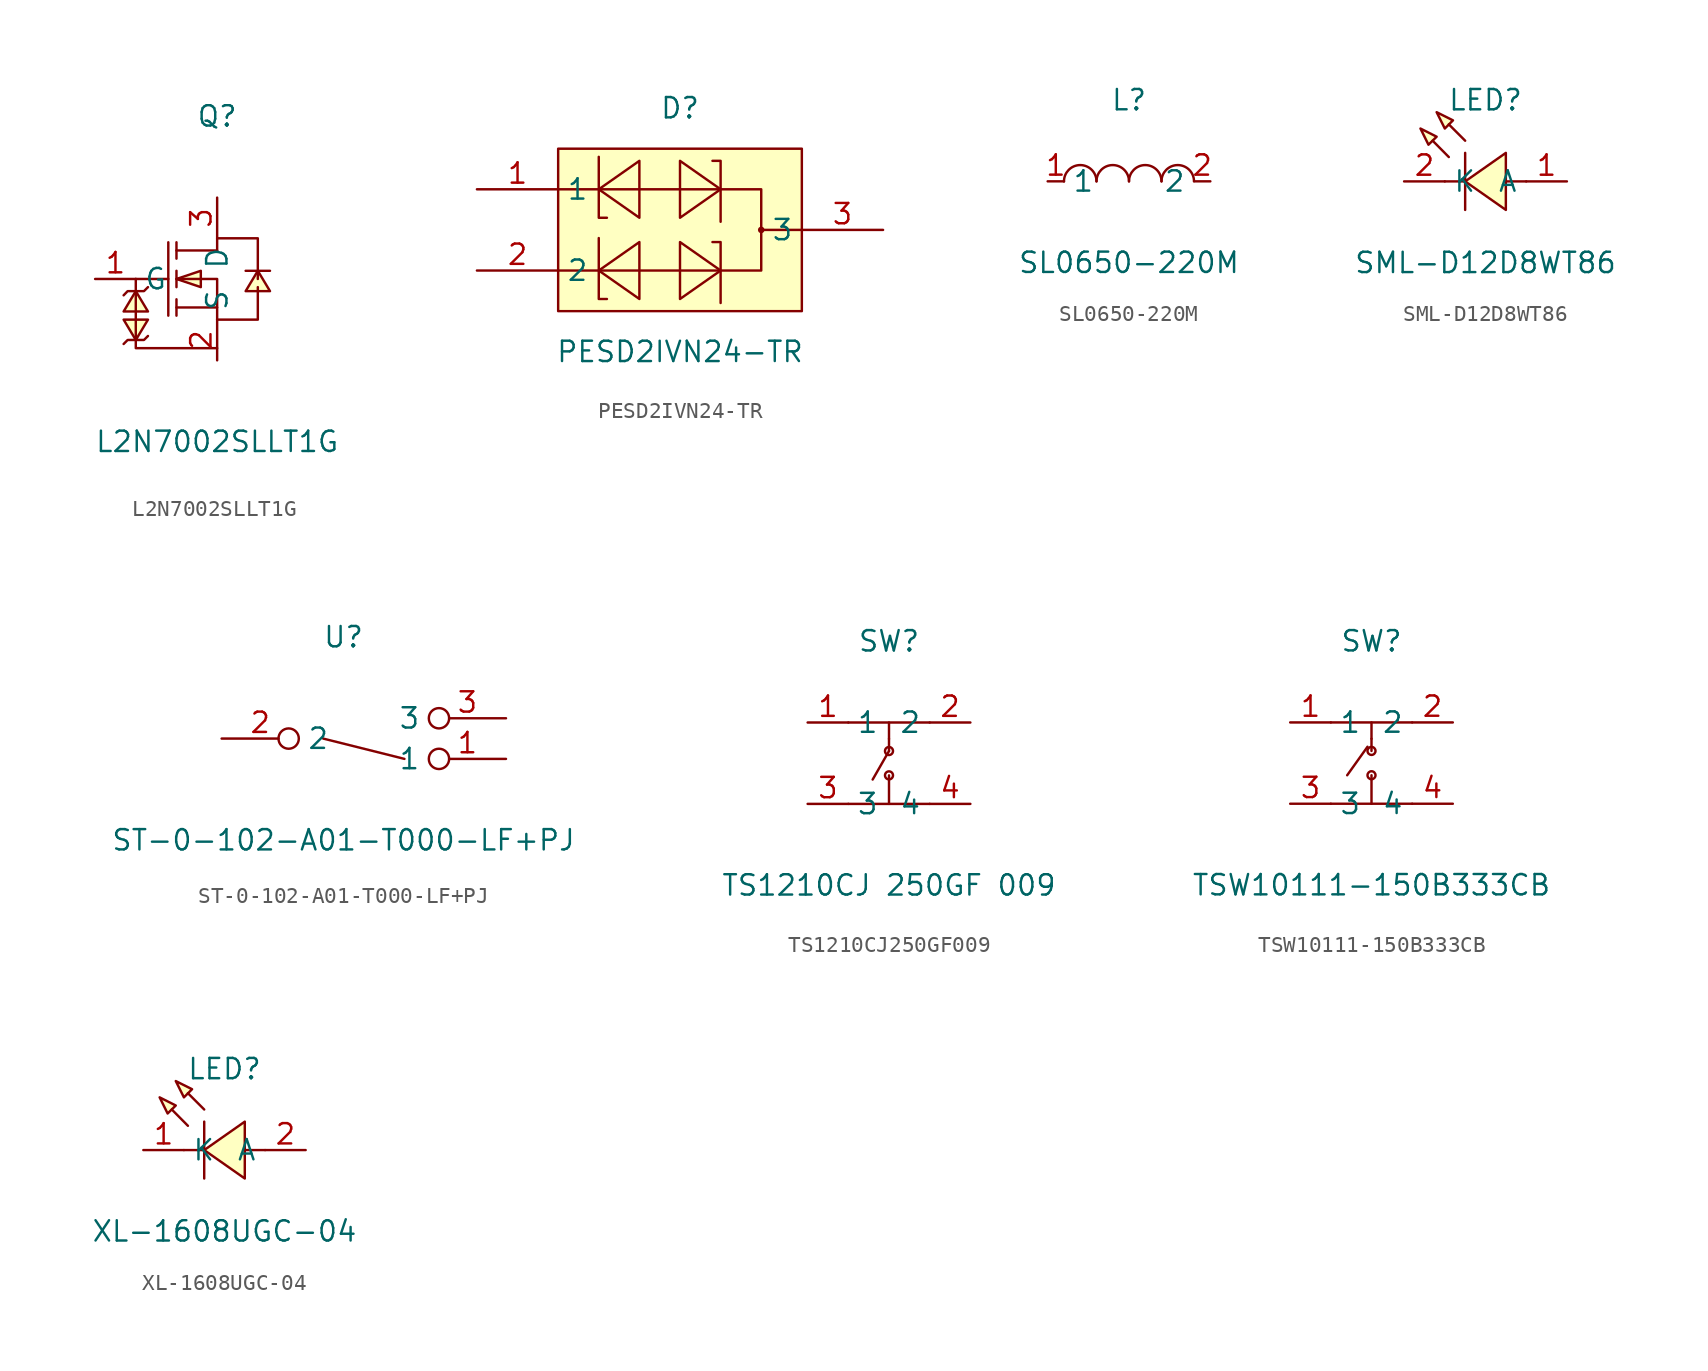
<source format=kicad_sym>
(kicad_symbol_lib
  (version 20241209)
  (generator "kicad_symbol_editor")
  (generator_version "9.0")
  (symbol "L2N7002SLLT1G"
    (property "Reference" "Q"
      (at 0 10.16 0)
      (effects (font (size 1.27 1.27))))
    (property "Value" "L2N7002SLLT1G"
      (at 0 -10.16 0)
      (effects (font (size 1.27 1.27))))
    (symbol "L2N7002SLLT1G_0_1"
      (polyline (pts (xy -5.08 -0.00) (xy -5.08 -2.79) (xy -5.08 -3.81) (xy -5.08 -4.32) (xy 0.00 -4.32)) (stroke (width 0) (type default) (color 0 0 0 0)) (fill (type none)))
      (polyline (pts (xy -4.32 -3.56) (xy -4.57 -3.81) (xy -5.59 -3.81) (xy -5.84 -4.06)) (stroke (width 0) (type default) (color 0 0 0 0)) (fill (type none)))
      (polyline (pts (xy -5.84 -1.02) (xy -5.59 -0.76) (xy -4.57 -0.76) (xy -4.32 -0.51)) (stroke (width 0) (type default) (color 0 0 0 0)) (fill (type none)))
      (polyline (pts (xy 0.00 -2.54) (xy 2.54 -2.54) (xy 2.54 -0.51)) (stroke (width 0) (type default) (color 0 0 0 0)) (fill (type none)))
      (polyline (pts (xy 0.00 1.78) (xy 0.00 2.54) (xy 2.54 2.54) (xy 2.54 -0.00)) (stroke (width 0) (type default) (color 0 0 0 0)) (fill (type none)))
      (polyline (pts (xy 0.00 1.78) (xy -2.54 1.78)) (stroke (width 0) (type default) (color 0 0 0 0)) (fill (type none)))
      (polyline (pts (xy -2.54 -0.00) (xy 0.00 -0.00) (xy 0.00 -2.54)) (stroke (width 0) (type default) (color 0 0 0 0)) (fill (type none)))
      (polyline (pts (xy 0.00 -1.78) (xy -2.54 -1.78)) (stroke (width 0) (type default) (color 0 0 0 0)) (fill (type none)))
      (polyline (pts (xy -3.05 2.29) (xy -3.05 -2.29)) (stroke (width 0) (type default) (color 0 0 0 0)) (fill (type none)))
      (polyline (pts (xy -2.54 1.27) (xy -2.54 2.29)) (stroke (width 0) (type default) (color 0 0 0 0)) (fill (type none)))
      (polyline (pts (xy -2.54 -0.51) (xy -2.54 0.51)) (stroke (width 0) (type default) (color 0 0 0 0)) (fill (type none)))
      (polyline (pts (xy -2.54 -2.29) (xy -2.54 -1.27)) (stroke (width 0) (type default) (color 0 0 0 0)) (fill (type none)))
      (polyline (pts (xy -5.08 -0.00) (xy -3.05 -0.00)) (stroke (width 0) (type default) (color 0 0 0 0)) (fill (type none)))
      (polyline (pts (xy 1.78 0.51) (xy 2.03 0.51) (xy 3.05 0.51) (xy 3.30 0.51)) (stroke (width 0) (type default) (color 0 0 0 0)) (fill (type none)))
      (polyline (pts (xy -5.08 -3.81) (xy -4.32 -2.54) (xy -5.84 -2.54) (xy -5.08 -3.81)) (stroke (width 0) (type default) (color 0 0 0 0)) (fill (type background)))
      (polyline (pts (xy -5.08 -0.76) (xy -5.84 -2.03) (xy -4.32 -2.03) (xy -5.08 -0.76)) (stroke (width 0) (type default) (color 0 0 0 0)) (fill (type background)))
      (polyline (pts (xy -2.54 -0.00) (xy -1.02 -0.51) (xy -1.02 0.51) (xy -2.54 -0.00)) (stroke (width 0) (type default) (color 0 0 0 0)) (fill (type background)))
      (polyline (pts (xy 2.54 0.51) (xy 1.78 -0.76) (xy 3.30 -0.76) (xy 2.54 0.51)) (stroke (width 0) (type default) (color 0 0 0 0)) (fill (type background)))
      (pin unspecified line (at 0.00 5.08 270) (length 2.54) (name "D" (effects (font (size 1.27 1.27)))) (number "3" (effects (font (size 1.27 1.27)))))
      (pin unspecified line (at -7.62 -0.00 0) (length 2.54) (name "G" (effects (font (size 1.27 1.27)))) (number "1" (effects (font (size 1.27 1.27)))))
      (pin unspecified line (at 0.00 -5.08 90) (length 2.54) (name "S" (effects (font (size 1.27 1.27)))) (number "2" (effects (font (size 1.27 1.27)))))))
  (symbol "PESD2IVN24-TR"
    (property "Reference" "D"
      (at 0 7.62 0)
      (effects (font (size 1.27 1.27))))
    (property "Value" "PESD2IVN24-TR"
      (at 0 -7.62 0)
      (effects (font (size 1.27 1.27))))
    (symbol "PESD2IVN24-TR_0_1"
      (rectangle (start -7.62 5.08) (end 7.62 -5.08) (stroke (width 0) (type default) (color 0 0 0 0)) (fill (type background)))
      (circle (center 5.08 -0.00) (radius 0.13) (stroke (width 0) (type default) (color 0 0 0 0)) (fill (type none)))
      (polyline (pts (xy 0.00 -4.32) (xy 2.54 -2.54) (xy 0.00 -0.76) (xy 0.00 -4.32)) (stroke (width 0) (type default) (color 0 0 0 0)) (fill (type background)))
      (polyline (pts (xy -2.54 -0.76) (xy -5.08 -2.54) (xy -2.54 -4.32) (xy -2.54 -0.76)) (stroke (width 0) (type default) (color 0 0 0 0)) (fill (type background)))
      (polyline (pts (xy 0.00 0.76) (xy 2.54 2.54) (xy 0.00 4.32) (xy 0.00 0.76)) (stroke (width 0) (type default) (color 0 0 0 0)) (fill (type background)))
      (polyline (pts (xy -2.54 4.32) (xy -5.08 2.54) (xy -2.54 0.76) (xy -2.54 4.32)) (stroke (width 0) (type default) (color 0 0 0 0)) (fill (type background)))
      (polyline (pts (xy 7.62 -0.00) (xy 5.08 -0.00)) (stroke (width 0) (type default) (color 0 0 0 0)) (fill (type none)))
      (polyline (pts (xy -7.62 2.54) (xy 5.08 2.54) (xy 5.08 -2.54) (xy -7.62 -2.54)) (stroke (width 0) (type default) (color 0 0 0 0)) (fill (type none)))
      (polyline (pts (xy 2.54 -4.57) (xy 2.54 -0.76) (xy 2.03 -0.76)) (stroke (width 0) (type default) (color 0 0 0 0)) (fill (type none)))
      (polyline (pts (xy -5.08 -0.51) (xy -5.08 -4.32) (xy -4.57 -4.32)) (stroke (width 0) (type default) (color 0 0 0 0)) (fill (type none)))
      (polyline (pts (xy 2.54 0.51) (xy 2.54 4.32) (xy 2.03 4.32)) (stroke (width 0) (type default) (color 0 0 0 0)) (fill (type none)))
      (polyline (pts (xy -5.08 4.57) (xy -5.08 0.76) (xy -4.57 0.76)) (stroke (width 0) (type default) (color 0 0 0 0)) (fill (type none)))
      (pin unspecified line (at 12.70 -0.00 180) (length 5.08) (name "3" (effects (font (size 1.27 1.27)))) (number "3" (effects (font (size 1.27 1.27)))))
      (pin unspecified line (at -12.70 -2.54 0) (length 5.08) (name "2" (effects (font (size 1.27 1.27)))) (number "2" (effects (font (size 1.27 1.27)))))
      (pin unspecified line (at -12.70 2.54 0) (length 5.08) (name "1" (effects (font (size 1.27 1.27)))) (number "1" (effects (font (size 1.27 1.27)))))))
  (symbol "SL0650-220M"
    (property "Reference" "L"
      (at 0 5.08 0)
      (effects (font (size 1.27 1.27))))
    (property "Value" "SL0650-220M"
      (at 0 -5.08 0)
      (effects (font (size 1.27 1.27))))
    (symbol "SL0650-220M_0_1"
      (arc (start -4.06 -0.01) (mid -2.83 0.99) (end -2.03 0.01) (stroke (width 0) (type default) (color 0 0 0 0)) (fill (type none)))
      (arc (start -2.03 -0.01) (mid -0.80 0.99) (end 0.00 0.01) (stroke (width 0) (type default) (color 0 0 0 0)) (fill (type none)))
      (arc (start 2.03 -0.01) (mid 3.26 0.99) (end 4.06 0.01) (stroke (width 0) (type default) (color 0 0 0 0)) (fill (type none)))
      (arc (start 0.00 -0.01) (mid 1.23 0.99) (end 2.03 0.01) (stroke (width 0) (type default) (color 0 0 0 0)) (fill (type none)))
      (pin unspecified line (at 5.08 -0.00 180) (length 1.016) (name "2" (effects (font (size 1.27 1.27)))) (number "2" (effects (font (size 1.27 1.27)))))
      (pin unspecified line (at -5.08 -0.00 0) (length 1.016) (name "1" (effects (font (size 1.27 1.27)))) (number "1" (effects (font (size 1.27 1.27)))))))
  (symbol "SML-D12D8WT86"
    (property "Reference" "LED"
      (at 0 5.08 0)
      (effects (font (size 1.27 1.27))))
    (property "Value" "SML-D12D8WT86"
      (at 0 -5.08 0)
      (effects (font (size 1.27 1.27))))
    (symbol "SML-D12D8WT86_0_1"
      (polyline (pts (xy -4.06 3.30) (xy -3.05 2.79) (xy -3.56 2.29) (xy -4.06 3.30)) (stroke (width 0) (type default) (color 0 0 0 0)) (fill (type background)))
      (polyline (pts (xy -3.05 4.32) (xy -2.03 3.81) (xy -2.54 3.30) (xy -3.05 4.32)) (stroke (width 0) (type default) (color 0 0 0 0)) (fill (type background)))
      (polyline (pts (xy 1.27 1.78) (xy -1.27 -0.00) (xy 1.27 -1.78) (xy 1.27 1.78)) (stroke (width 0) (type default) (color 0 0 0 0)) (fill (type background)))
      (polyline (pts (xy -2.29 1.52) (xy -3.30 2.54) (xy -2.29 1.52)) (stroke (width 0) (type default) (color 0 0 0 0)) (fill (type background)))
      (polyline (pts (xy -1.27 2.54) (xy -2.29 3.56) (xy -1.27 2.54)) (stroke (width 0) (type default) (color 0 0 0 0)) (fill (type background)))
      (polyline (pts (xy -1.27 -0.00) (xy -2.54 -0.00)) (stroke (width 0) (type default) (color 0 0 0 0)) (fill (type none)))
      (polyline (pts (xy 2.54 -0.00) (xy 1.27 -0.00)) (stroke (width 0) (type default) (color 0 0 0 0)) (fill (type none)))
      (polyline (pts (xy -1.27 1.78) (xy -1.27 -1.78)) (stroke (width 0) (type default) (color 0 0 0 0)) (fill (type none)))
      (pin unspecified line (at -5.08 -0.00 0) (length 2.54) (name "K" (effects (font (size 1.27 1.27)))) (number "2" (effects (font (size 1.27 1.27)))))
      (pin unspecified line (at 5.08 -0.00 180) (length 2.54) (name "A" (effects (font (size 1.27 1.27)))) (number "1" (effects (font (size 1.27 1.27)))))))
  (symbol "ST-0-102-A01-T000-LF+PJ"
    (property "Reference" "U"
      (at 0 5.08 0)
      (effects (font (size 1.27 1.27))))
    (property "Value" "ST-0-102-A01-T000-LF+PJ"
      (at 0 -7.62 0)
      (effects (font (size 1.27 1.27))))
    (symbol "ST-0-102-A01-T000-LF+PJ_0_1"
      (polyline (pts (xy -1.27 -1.27) (xy 3.81 -2.54)) (stroke (width 0) (type default) (color 0 0 0 0)) (fill (type none)))
      (pin unspecified inverted (at 10.16 -0.00 180) (length 4.826) (name "3" (effects (font (size 1.27 1.27)))) (number "3" (effects (font (size 1.27 1.27)))))
      (pin unspecified inverted (at 10.16 -2.54 180) (length 4.826) (name "1" (effects (font (size 1.27 1.27)))) (number "1" (effects (font (size 1.27 1.27)))))
      (pin unspecified inverted (at -7.62 -1.27 0) (length 4.826) (name "2" (effects (font (size 1.27 1.27)))) (number "2" (effects (font (size 1.27 1.27)))))))
  (symbol "TS1210CJ250GF009"
    (property "Reference" "SW"
      (at 0 7.62 0)
      (effects (font (size 1.27 1.27))))
    (property "Value" "TS1210CJ 250GF 009"
      (at 0 -7.62 0)
      (effects (font (size 1.27 1.27))))
    (symbol "TS1210CJ250GF009_0_1"
      (circle (center 0.00 0.76) (radius 0.25) (stroke (width 0) (type default) (color 0 0 0 0)) (fill (type none)))
      (circle (center 0.00 -0.76) (radius 0.25) (stroke (width 0) (type default) (color 0 0 0 0)) (fill (type none)))
      (polyline (pts (xy -1.02 -1.02) (xy 0.00 0.76)) (stroke (width 0) (type default) (color 0 0 0 0)) (fill (type none)))
      (polyline (pts (xy 0.00 1.52) (xy 0.00 0.76)) (stroke (width 0) (type default) (color 0 0 0 0)) (fill (type none)))
      (polyline (pts (xy 0.00 -2.54) (xy 0.00 -0.76)) (stroke (width 0) (type default) (color 0 0 0 0)) (fill (type none)))
      (polyline (pts (xy 0.00 2.54) (xy 0.00 1.52)) (stroke (width 0) (type default) (color 0 0 0 0)) (fill (type none)))
      (polyline (pts (xy -2.54 -2.54) (xy 2.54 -2.54)) (stroke (width 0) (type default) (color 0 0 0 0)) (fill (type none)))
      (polyline (pts (xy 2.54 2.54) (xy -2.54 2.54)) (stroke (width 0) (type default) (color 0 0 0 0)) (fill (type none)))
      (pin unspecified line (at 5.08 -2.54 180) (length 2.54) (name "4" (effects (font (size 1.27 1.27)))) (number "4" (effects (font (size 1.27 1.27)))))
      (pin unspecified line (at -5.08 -2.54 0) (length 2.54) (name "3" (effects (font (size 1.27 1.27)))) (number "3" (effects (font (size 1.27 1.27)))))
      (pin unspecified line (at 5.08 2.54 180) (length 2.54) (name "2" (effects (font (size 1.27 1.27)))) (number "2" (effects (font (size 1.27 1.27)))))
      (pin unspecified line (at -5.08 2.54 0) (length 2.54) (name "1" (effects (font (size 1.27 1.27)))) (number "1" (effects (font (size 1.27 1.27)))))))
  (symbol "TSW10111-150B333CB"
    (property "Reference" "SW"
      (at 0 7.62 0)
      (effects (font (size 1.27 1.27))))
    (property "Value" "TSW10111-150B333CB"
      (at 0 -7.62 0)
      (effects (font (size 1.27 1.27))))
    (symbol "TSW10111-150B333CB_0_1"
      (circle (center 0.00 -0.76) (radius 0.25) (stroke (width 0) (type default) (color 0 0 0 0)) (fill (type none)))
      (circle (center 0.00 0.76) (radius 0.25) (stroke (width 0) (type default) (color 0 0 0 0)) (fill (type none)))
      (polyline (pts (xy -2.54 2.54) (xy 2.54 2.54)) (stroke (width 0) (type default) (color 0 0 0 0)) (fill (type none)))
      (polyline (pts (xy 2.54 -2.54) (xy -2.54 -2.54)) (stroke (width 0) (type default) (color 0 0 0 0)) (fill (type none)))
      (polyline (pts (xy 0.00 2.54) (xy 0.00 1.52)) (stroke (width 0) (type default) (color 0 0 0 0)) (fill (type none)))
      (polyline (pts (xy 0.00 -2.54) (xy 0.00 -0.76)) (stroke (width 0) (type default) (color 0 0 0 0)) (fill (type none)))
      (polyline (pts (xy 0.00 1.52) (xy 0.00 0.76)) (stroke (width 0) (type default) (color 0 0 0 0)) (fill (type none)))
      (polyline (pts (xy -1.52 -0.76) (xy -0.25 1.02)) (stroke (width 0) (type default) (color 0 0 0 0)) (fill (type none)))
      (pin unspecified line (at -5.08 2.54 0) (length 2.54) (name "1" (effects (font (size 1.27 1.27)))) (number "1" (effects (font (size 1.27 1.27)))))
      (pin unspecified line (at 5.08 2.54 180) (length 2.54) (name "2" (effects (font (size 1.27 1.27)))) (number "2" (effects (font (size 1.27 1.27)))))
      (pin unspecified line (at -5.08 -2.54 0) (length 2.54) (name "3" (effects (font (size 1.27 1.27)))) (number "3" (effects (font (size 1.27 1.27)))))
      (pin unspecified line (at 5.08 -2.54 180) (length 2.54) (name "4" (effects (font (size 1.27 1.27)))) (number "4" (effects (font (size 1.27 1.27)))))))
  (symbol "XL-1608UGC-04"
    (property "Reference" "LED"
      (at 0 5.08 0)
      (effects (font (size 1.27 1.27))))
    (property "Value" "XL-1608UGC-04"
      (at 0 -5.08 0)
      (effects (font (size 1.27 1.27))))
    (symbol "XL-1608UGC-04_0_1"
      (polyline (pts (xy -4.06 3.30) (xy -3.05 2.79) (xy -3.56 2.29) (xy -4.06 3.30)) (stroke (width 0) (type default) (color 0 0 0 0)) (fill (type background)))
      (polyline (pts (xy -3.05 4.32) (xy -2.03 3.81) (xy -2.54 3.30) (xy -3.05 4.32)) (stroke (width 0) (type default) (color 0 0 0 0)) (fill (type background)))
      (polyline (pts (xy 1.27 1.78) (xy -1.27 -0.00) (xy 1.27 -1.78) (xy 1.27 1.78)) (stroke (width 0) (type default) (color 0 0 0 0)) (fill (type background)))
      (polyline (pts (xy -2.29 1.52) (xy -3.30 2.54) (xy -2.29 1.52)) (stroke (width 0) (type default) (color 0 0 0 0)) (fill (type background)))
      (polyline (pts (xy -1.27 2.54) (xy -2.29 3.56) (xy -1.27 2.54)) (stroke (width 0) (type default) (color 0 0 0 0)) (fill (type background)))
      (polyline (pts (xy -1.27 -0.00) (xy -2.54 -0.00)) (stroke (width 0) (type default) (color 0 0 0 0)) (fill (type none)))
      (polyline (pts (xy 2.54 -0.00) (xy 1.27 -0.00)) (stroke (width 0) (type default) (color 0 0 0 0)) (fill (type none)))
      (polyline (pts (xy -1.27 1.78) (xy -1.27 -1.78)) (stroke (width 0) (type default) (color 0 0 0 0)) (fill (type none)))
      (pin unspecified line (at -5.08 -0.00 0) (length 2.54) (name "K" (effects (font (size 1.27 1.27)))) (number "1" (effects (font (size 1.27 1.27)))))
      (pin unspecified line (at 5.08 -0.00 180) (length 2.54) (name "A" (effects (font (size 1.27 1.27)))) (number "2" (effects (font (size 1.27 1.27))))))))
</source>
